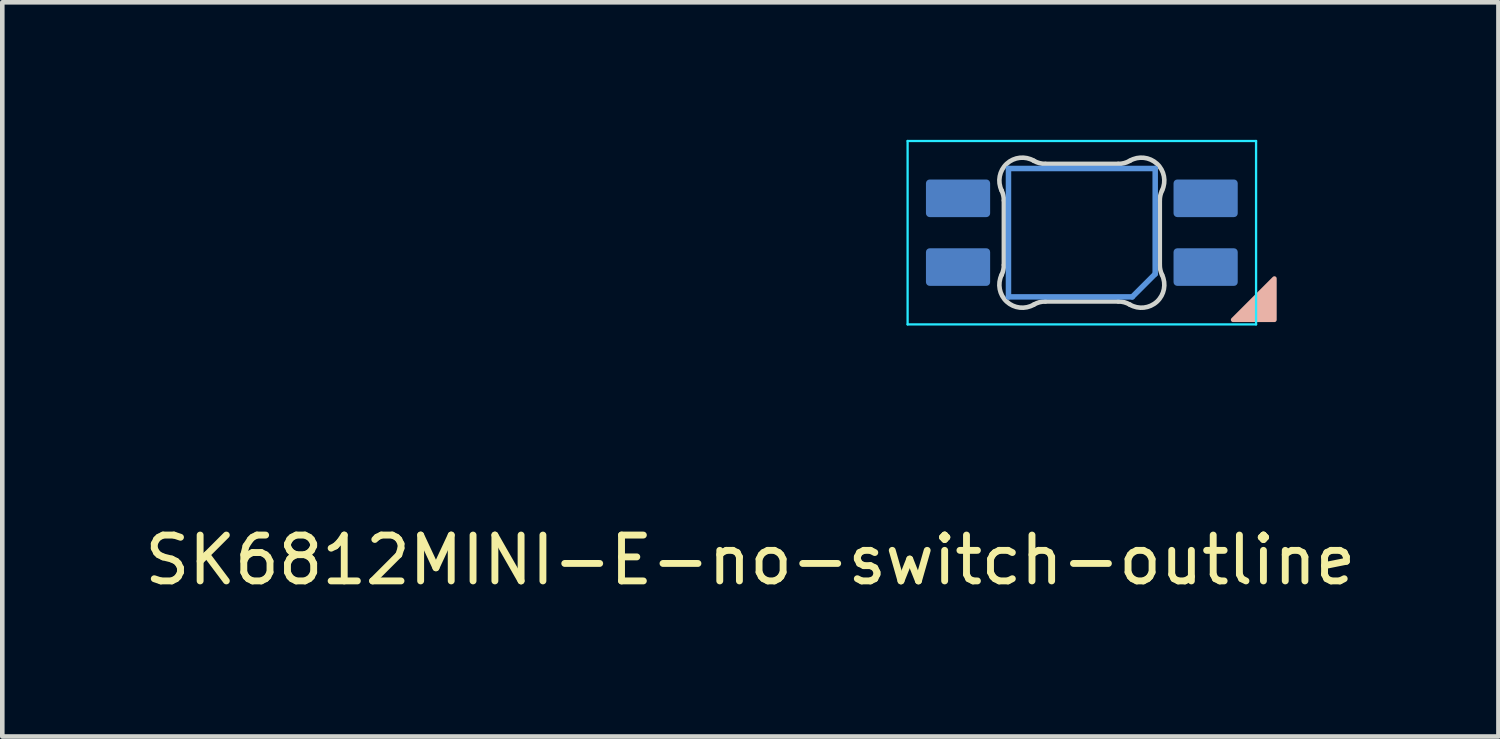
<source format=kicad_pcb>
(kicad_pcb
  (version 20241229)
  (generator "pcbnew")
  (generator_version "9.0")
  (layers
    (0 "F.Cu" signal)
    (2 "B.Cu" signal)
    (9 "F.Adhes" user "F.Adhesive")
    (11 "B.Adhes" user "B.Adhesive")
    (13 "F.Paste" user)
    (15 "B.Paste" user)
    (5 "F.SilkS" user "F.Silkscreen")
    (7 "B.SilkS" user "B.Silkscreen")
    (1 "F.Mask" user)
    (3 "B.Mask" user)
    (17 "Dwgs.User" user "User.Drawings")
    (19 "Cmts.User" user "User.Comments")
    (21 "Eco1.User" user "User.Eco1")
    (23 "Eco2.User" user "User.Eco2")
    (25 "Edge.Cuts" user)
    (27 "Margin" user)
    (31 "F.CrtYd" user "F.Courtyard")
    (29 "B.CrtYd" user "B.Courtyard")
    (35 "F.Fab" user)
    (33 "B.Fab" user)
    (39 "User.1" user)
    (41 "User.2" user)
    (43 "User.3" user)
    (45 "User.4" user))
  (footprint "SK6812MINI-E-no-switch-outline"
    (layer "F.Cu")
    (at 20.515 2.015)
    (property "Reference" "SK6812MINI-E-no-switch-outline" (at -7.2 7.15 0) (layer "F.SilkS") (effects (font (size 1 1) (thickness 0.15))))
    (attr through_hole)
    (fp_poly (pts (xy 4.23 1.01) (xy 3.33 1.91) (xy 4.23 1.91)) (stroke (width 0.1) (type solid)) (fill yes) (layer "B.SilkS"))
    (fp_line (start -1.57 -1.39) (end -1.57 1.41) (stroke (width 0.12) (type solid)) (layer "Cmts.User"))
    (fp_line (start -1.57 1.41) (end 1.13 1.41) (stroke (width 0.12) (type solid)) (layer "Cmts.User"))
    (fp_line (start 1.63 -1.39) (end -1.57 -1.39) (stroke (width 0.12) (type solid)) (layer "Cmts.User"))
    (fp_line (start 1.63 0.91) (end 1.13 1.41) (stroke (width 0.12) (type solid)) (layer "Cmts.User"))
    (fp_line (start 1.63 0.91) (end 1.63 -1.39) (stroke (width 0.12) (type solid)) (layer "Cmts.User"))
    (fp_line (start -1.67 0.713) (end -1.67 -0.693) (stroke (width 0.1) (type solid)) (layer "Edge.Cuts"))
    (fp_line (start -0.764 -1.49) (end 0.824 -1.49) (stroke (width 0.1) (type solid)) (layer "Edge.Cuts"))
    (fp_line (start 0.824 1.51) (end -0.764 1.51) (stroke (width 0.1) (type solid)) (layer "Edge.Cuts"))
    (fp_line (start 1.73 -0.693) (end 1.73 0.713) (stroke (width 0.1) (type solid)) (layer "Edge.Cuts"))
    (fp_arc (start -1.719484 -0.90972) (mid -1.682527 -0.804068) (end -1.669999 -0.692842) (stroke (width 0.1) (type solid)) (layer "Edge.Cuts"))
    (fp_arc (start -1.719484 -0.90972) (mid -1.608071 -1.494035) (end -1.016711 -1.558299) (stroke (width 0.1) (type solid)) (layer "Edge.Cuts"))
    (fp_arc (start -1.669999 0.712843) (mid -1.682527 0.824068) (end -1.719484 0.92972) (stroke (width 0.1) (type solid)) (layer "Edge.Cuts"))
    (fp_arc (start -1.016711 1.578297) (mid -1.60807 1.514034) (end -1.719484 0.92972) (stroke (width 0.1) (type solid)) (layer "Edge.Cuts"))
    (fp_arc (start -1.01671 1.578299) (mid -0.895122 1.527377) (end -0.764452 1.51) (stroke (width 0.1) (type solid)) (layer "Edge.Cuts"))
    (fp_arc (start -0.764453 -1.49) (mid -0.895123 -1.507377) (end -1.016711 -1.558299) (stroke (width 0.1) (type solid)) (layer "Edge.Cuts"))
    (fp_arc (start 0.824452 1.51) (mid 0.955123 1.527377) (end 1.076711 1.578299) (stroke (width 0.1) (type solid)) (layer "Edge.Cuts"))
    (fp_arc (start 1.076711 -1.558298) (mid 0.955123 -1.507376) (end 0.824453 -1.489999) (stroke (width 0.1) (type solid)) (layer "Edge.Cuts"))
    (fp_arc (start 1.076711 -1.558298) (mid 1.668071 -1.494035) (end 1.779484 -0.90972) (stroke (width 0.1) (type solid)) (layer "Edge.Cuts"))
    (fp_arc (start 1.729999 -0.692843) (mid 1.742528 -0.804068) (end 1.779484 -0.90972) (stroke (width 0.1) (type solid)) (layer "Edge.Cuts"))
    (fp_arc (start 1.779484 0.929719) (mid 1.668072 1.514035) (end 1.076711 1.578299) (stroke (width 0.1) (type solid)) (layer "Edge.Cuts"))
    (fp_arc (start 1.779484 0.92972) (mid 1.742519 0.824069) (end 1.729999 0.712842) (stroke (width 0.1) (type solid)) (layer "Edge.Cuts"))
    (fp_line (start -3.77 -1.99) (end -3.77 2.01) (stroke (width 0.05) (type solid)) (layer "B.CrtYd"))
    (fp_line (start -3.77 2.01) (end 3.83 2.01) (stroke (width 0.05) (type solid)) (layer "B.CrtYd"))
    (fp_line (start 3.83 -1.99) (end -3.77 -1.99) (stroke (width 0.05) (type solid)) (layer "B.CrtYd"))
    (fp_line (start 3.83 2.01) (end 3.83 -1.99) (stroke (width 0.05) (type solid)) (layer "B.CrtYd"))
    (pad "1" smd roundrect (at -2.67 -0.74 270) (size 0.82 1.4) (layers "B.Cu" "B.Mask" "B.Paste") (roundrect_rratio 0.1))
    (pad "2" smd roundrect (at -2.67 0.76 270) (size 0.82 1.4) (layers "B.Cu" "B.Mask" "B.Paste") (roundrect_rratio 0.1))
    (pad "3" smd roundrect (at 2.73 0.76 270) (size 0.82 1.4) (layers "B.Cu" "B.Mask" "B.Paste") (roundrect_rratio 0.1))
    (pad "4" smd roundrect (at 2.73 -0.74 270) (size 0.82 1.4) (layers "B.Cu" "B.Mask" "B.Paste") (roundrect_rratio 0.1)))
  (gr_rect
    (start -3 -3)
    (end 29.631 13.013)
    (stroke (width 0.1) (type default))
    (fill no)
    (layer "Edge.Cuts")))
</source>
